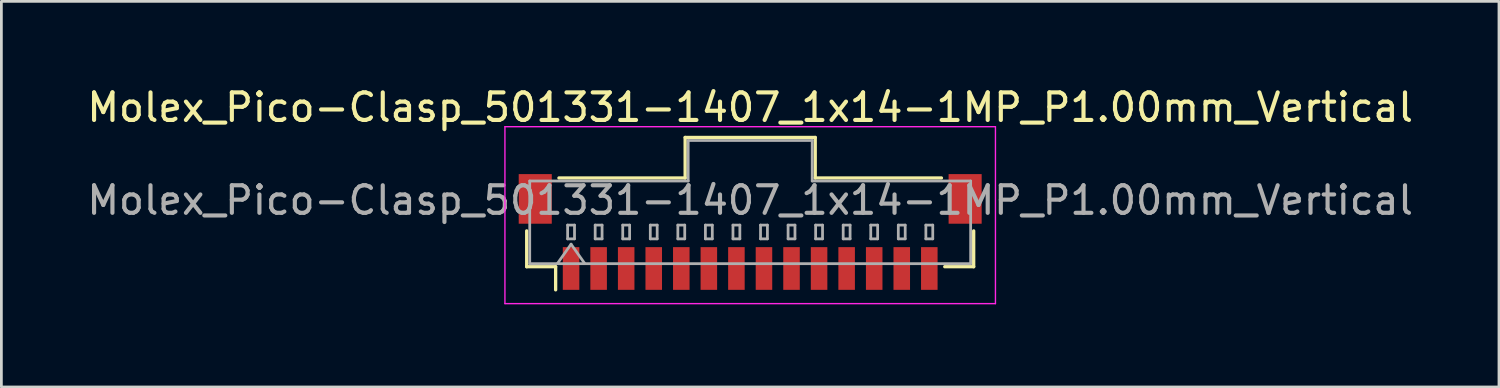
<source format=kicad_pcb>
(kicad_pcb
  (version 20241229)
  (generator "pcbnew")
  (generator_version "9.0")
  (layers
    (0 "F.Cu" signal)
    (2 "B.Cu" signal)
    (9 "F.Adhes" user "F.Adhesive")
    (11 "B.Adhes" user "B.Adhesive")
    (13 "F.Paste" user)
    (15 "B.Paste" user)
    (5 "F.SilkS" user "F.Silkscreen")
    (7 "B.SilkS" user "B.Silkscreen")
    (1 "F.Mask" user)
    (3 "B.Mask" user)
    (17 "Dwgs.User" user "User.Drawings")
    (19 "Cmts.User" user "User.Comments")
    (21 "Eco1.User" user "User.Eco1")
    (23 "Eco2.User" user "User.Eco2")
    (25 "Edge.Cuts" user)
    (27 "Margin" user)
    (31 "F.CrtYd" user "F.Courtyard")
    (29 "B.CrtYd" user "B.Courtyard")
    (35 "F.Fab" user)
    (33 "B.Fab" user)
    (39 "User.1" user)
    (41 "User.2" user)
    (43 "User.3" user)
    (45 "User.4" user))
  (footprint "Molex_Pico-Clasp_501331-1407_1x14-1MP_P1.00mm_Vertical"
    (layer "F.Cu")
    (at 24.173 5.368)
    (property "Reference" "Molex_Pico-Clasp_501331-1407_1x14-1MP_P1.00mm_Vertical" (at 0 -4.52 0) (layer "F.SilkS") (effects (font (size 1 1) (thickness 0.15))))
    (attr smd)
    (fp_line (start -8.11 -0.04) (end -8.11 1.26) (stroke (width 0.12) (type solid)) (layer "F.SilkS"))
    (fp_line (start -8.11 1.26) (end -7.06 1.26) (stroke (width 0.12) (type solid)) (layer "F.SilkS"))
    (fp_line (start -7.06 1.26) (end -7.06 2.1) (stroke (width 0.12) (type solid)) (layer "F.SilkS"))
    (fp_line (start -6.94 -1.96) (end -2.36 -1.96) (stroke (width 0.12) (type solid)) (layer "F.SilkS"))
    (fp_line (start -2.36 -3.43) (end 2.36 -3.43) (stroke (width 0.12) (type solid)) (layer "F.SilkS"))
    (fp_line (start -2.36 -1.96) (end -2.36 -3.43) (stroke (width 0.12) (type solid)) (layer "F.SilkS"))
    (fp_line (start 2.36 -3.43) (end 2.36 -1.96) (stroke (width 0.12) (type solid)) (layer "F.SilkS"))
    (fp_line (start 2.36 -1.96) (end 6.94 -1.96) (stroke (width 0.12) (type solid)) (layer "F.SilkS"))
    (fp_line (start 8.11 -0.04) (end 8.11 1.26) (stroke (width 0.12) (type solid)) (layer "F.SilkS"))
    (fp_line (start 8.11 1.26) (end 7.06 1.26) (stroke (width 0.12) (type solid)) (layer "F.SilkS"))
    (fp_line (start -8.9 -3.82) (end -8.9 2.6) (stroke (width 0.05) (type solid)) (layer "F.CrtYd"))
    (fp_line (start -8.9 2.6) (end 8.9 2.6) (stroke (width 0.05) (type solid)) (layer "F.CrtYd"))
    (fp_line (start 8.9 -3.82) (end -8.9 -3.82) (stroke (width 0.05) (type solid)) (layer "F.CrtYd"))
    (fp_line (start 8.9 2.6) (end 8.9 -3.82) (stroke (width 0.05) (type solid)) (layer "F.CrtYd"))
    (fp_line (start -8 -1.85) (end -2.25 -1.85) (stroke (width 0.1) (type solid)) (layer "F.Fab"))
    (fp_line (start -8 1.15) (end -8 -1.85) (stroke (width 0.1) (type solid)) (layer "F.Fab"))
    (fp_line (start -8 1.15) (end 8 1.15) (stroke (width 0.1) (type solid)) (layer "F.Fab"))
    (fp_line (start -7 1.15) (end -6.5 0.443) (stroke (width 0.1) (type solid)) (layer "F.Fab"))
    (fp_line (start -6.625 -0.25) (end -6.625 0.25) (stroke (width 0.1) (type solid)) (layer "F.Fab"))
    (fp_line (start -6.625 0.25) (end -6.375 0.25) (stroke (width 0.1) (type solid)) (layer "F.Fab"))
    (fp_line (start -6.5 0.443) (end -6 1.15) (stroke (width 0.1) (type solid)) (layer "F.Fab"))
    (fp_line (start -6.375 -0.25) (end -6.625 -0.25) (stroke (width 0.1) (type solid)) (layer "F.Fab"))
    (fp_line (start -6.375 0.25) (end -6.375 -0.25) (stroke (width 0.1) (type solid)) (layer "F.Fab"))
    (fp_line (start -5.625 -0.25) (end -5.625 0.25) (stroke (width 0.1) (type solid)) (layer "F.Fab"))
    (fp_line (start -5.625 0.25) (end -5.375 0.25) (stroke (width 0.1) (type solid)) (layer "F.Fab"))
    (fp_line (start -5.375 -0.25) (end -5.625 -0.25) (stroke (width 0.1) (type solid)) (layer "F.Fab"))
    (fp_line (start -5.375 0.25) (end -5.375 -0.25) (stroke (width 0.1) (type solid)) (layer "F.Fab"))
    (fp_line (start -4.625 -0.25) (end -4.625 0.25) (stroke (width 0.1) (type solid)) (layer "F.Fab"))
    (fp_line (start -4.625 0.25) (end -4.375 0.25) (stroke (width 0.1) (type solid)) (layer "F.Fab"))
    (fp_line (start -4.375 -0.25) (end -4.625 -0.25) (stroke (width 0.1) (type solid)) (layer "F.Fab"))
    (fp_line (start -4.375 0.25) (end -4.375 -0.25) (stroke (width 0.1) (type solid)) (layer "F.Fab"))
    (fp_line (start -3.625 -0.25) (end -3.625 0.25) (stroke (width 0.1) (type solid)) (layer "F.Fab"))
    (fp_line (start -3.625 0.25) (end -3.375 0.25) (stroke (width 0.1) (type solid)) (layer "F.Fab"))
    (fp_line (start -3.375 -0.25) (end -3.625 -0.25) (stroke (width 0.1) (type solid)) (layer "F.Fab"))
    (fp_line (start -3.375 0.25) (end -3.375 -0.25) (stroke (width 0.1) (type solid)) (layer "F.Fab"))
    (fp_line (start -2.625 -0.25) (end -2.625 0.25) (stroke (width 0.1) (type solid)) (layer "F.Fab"))
    (fp_line (start -2.625 0.25) (end -2.375 0.25) (stroke (width 0.1) (type solid)) (layer "F.Fab"))
    (fp_line (start -2.375 -0.25) (end -2.625 -0.25) (stroke (width 0.1) (type solid)) (layer "F.Fab"))
    (fp_line (start -2.375 0.25) (end -2.375 -0.25) (stroke (width 0.1) (type solid)) (layer "F.Fab"))
    (fp_line (start -2.25 -3.32) (end 2.25 -3.32) (stroke (width 0.1) (type solid)) (layer "F.Fab"))
    (fp_line (start -2.25 -1.85) (end -2.25 -3.32) (stroke (width 0.1) (type solid)) (layer "F.Fab"))
    (fp_line (start -1.625 -0.25) (end -1.625 0.25) (stroke (width 0.1) (type solid)) (layer "F.Fab"))
    (fp_line (start -1.625 0.25) (end -1.375 0.25) (stroke (width 0.1) (type solid)) (layer "F.Fab"))
    (fp_line (start -1.375 -0.25) (end -1.625 -0.25) (stroke (width 0.1) (type solid)) (layer "F.Fab"))
    (fp_line (start -1.375 0.25) (end -1.375 -0.25) (stroke (width 0.1) (type solid)) (layer "F.Fab"))
    (fp_line (start -0.625 -0.25) (end -0.625 0.25) (stroke (width 0.1) (type solid)) (layer "F.Fab"))
    (fp_line (start -0.625 0.25) (end -0.375 0.25) (stroke (width 0.1) (type solid)) (layer "F.Fab"))
    (fp_line (start -0.375 -0.25) (end -0.625 -0.25) (stroke (width 0.1) (type solid)) (layer "F.Fab"))
    (fp_line (start -0.375 0.25) (end -0.375 -0.25) (stroke (width 0.1) (type solid)) (layer "F.Fab"))
    (fp_line (start 0.375 -0.25) (end 0.375 0.25) (stroke (width 0.1) (type solid)) (layer "F.Fab"))
    (fp_line (start 0.375 0.25) (end 0.625 0.25) (stroke (width 0.1) (type solid)) (layer "F.Fab"))
    (fp_line (start 0.625 -0.25) (end 0.375 -0.25) (stroke (width 0.1) (type solid)) (layer "F.Fab"))
    (fp_line (start 0.625 0.25) (end 0.625 -0.25) (stroke (width 0.1) (type solid)) (layer "F.Fab"))
    (fp_line (start 1.375 -0.25) (end 1.375 0.25) (stroke (width 0.1) (type solid)) (layer "F.Fab"))
    (fp_line (start 1.375 0.25) (end 1.625 0.25) (stroke (width 0.1) (type solid)) (layer "F.Fab"))
    (fp_line (start 1.625 -0.25) (end 1.375 -0.25) (stroke (width 0.1) (type solid)) (layer "F.Fab"))
    (fp_line (start 1.625 0.25) (end 1.625 -0.25) (stroke (width 0.1) (type solid)) (layer "F.Fab"))
    (fp_line (start 2.25 -3.32) (end 2.25 -1.85) (stroke (width 0.1) (type solid)) (layer "F.Fab"))
    (fp_line (start 2.25 -1.85) (end 8 -1.85) (stroke (width 0.1) (type solid)) (layer "F.Fab"))
    (fp_line (start 2.375 -0.25) (end 2.375 0.25) (stroke (width 0.1) (type solid)) (layer "F.Fab"))
    (fp_line (start 2.375 0.25) (end 2.625 0.25) (stroke (width 0.1) (type solid)) (layer "F.Fab"))
    (fp_line (start 2.625 -0.25) (end 2.375 -0.25) (stroke (width 0.1) (type solid)) (layer "F.Fab"))
    (fp_line (start 2.625 0.25) (end 2.625 -0.25) (stroke (width 0.1) (type solid)) (layer "F.Fab"))
    (fp_line (start 3.375 -0.25) (end 3.375 0.25) (stroke (width 0.1) (type solid)) (layer "F.Fab"))
    (fp_line (start 3.375 0.25) (end 3.625 0.25) (stroke (width 0.1) (type solid)) (layer "F.Fab"))
    (fp_line (start 3.625 -0.25) (end 3.375 -0.25) (stroke (width 0.1) (type solid)) (layer "F.Fab"))
    (fp_line (start 3.625 0.25) (end 3.625 -0.25) (stroke (width 0.1) (type solid)) (layer "F.Fab"))
    (fp_line (start 4.375 -0.25) (end 4.375 0.25) (stroke (width 0.1) (type solid)) (layer "F.Fab"))
    (fp_line (start 4.375 0.25) (end 4.625 0.25) (stroke (width 0.1) (type solid)) (layer "F.Fab"))
    (fp_line (start 4.625 -0.25) (end 4.375 -0.25) (stroke (width 0.1) (type solid)) (layer "F.Fab"))
    (fp_line (start 4.625 0.25) (end 4.625 -0.25) (stroke (width 0.1) (type solid)) (layer "F.Fab"))
    (fp_line (start 5.375 -0.25) (end 5.375 0.25) (stroke (width 0.1) (type solid)) (layer "F.Fab"))
    (fp_line (start 5.375 0.25) (end 5.625 0.25) (stroke (width 0.1) (type solid)) (layer "F.Fab"))
    (fp_line (start 5.625 -0.25) (end 5.375 -0.25) (stroke (width 0.1) (type solid)) (layer "F.Fab"))
    (fp_line (start 5.625 0.25) (end 5.625 -0.25) (stroke (width 0.1) (type solid)) (layer "F.Fab"))
    (fp_line (start 6.375 -0.25) (end 6.375 0.25) (stroke (width 0.1) (type solid)) (layer "F.Fab"))
    (fp_line (start 6.375 0.25) (end 6.625 0.25) (stroke (width 0.1) (type solid)) (layer "F.Fab"))
    (fp_line (start 6.625 -0.25) (end 6.375 -0.25) (stroke (width 0.1) (type solid)) (layer "F.Fab"))
    (fp_line (start 6.625 0.25) (end 6.625 -0.25) (stroke (width 0.1) (type solid)) (layer "F.Fab"))
    (fp_line (start 8 1.15) (end 8 -1.85) (stroke (width 0.1) (type solid)) (layer "F.Fab"))
    (fp_text user "${REFERENCE}" (at 0 -1.15 0) (layer "F.Fab") (effects (font (size 1 1) (thickness 0.15))))
    (pad "1" smd rect (at -6.5 1.325) (size 0.6 1.55) (layers "F.Cu" "F.Mask" "F.Paste"))
    (pad "2" smd rect (at -5.5 1.325) (size 0.6 1.55) (layers "F.Cu" "F.Mask" "F.Paste"))
    (pad "3" smd rect (at -4.5 1.325) (size 0.6 1.55) (layers "F.Cu" "F.Mask" "F.Paste"))
    (pad "4" smd rect (at -3.5 1.325) (size 0.6 1.55) (layers "F.Cu" "F.Mask" "F.Paste"))
    (pad "5" smd rect (at -2.5 1.325) (size 0.6 1.55) (layers "F.Cu" "F.Mask" "F.Paste"))
    (pad "6" smd rect (at -1.5 1.325) (size 0.6 1.55) (layers "F.Cu" "F.Mask" "F.Paste"))
    (pad "7" smd rect (at -0.5 1.325) (size 0.6 1.55) (layers "F.Cu" "F.Mask" "F.Paste"))
    (pad "8" smd rect (at 0.5 1.325) (size 0.6 1.55) (layers "F.Cu" "F.Mask" "F.Paste"))
    (pad "9" smd rect (at 1.5 1.325) (size 0.6 1.55) (layers "F.Cu" "F.Mask" "F.Paste"))
    (pad "10" smd rect (at 2.5 1.325) (size 0.6 1.55) (layers "F.Cu" "F.Mask" "F.Paste"))
    (pad "11" smd rect (at 3.5 1.325) (size 0.6 1.55) (layers "F.Cu" "F.Mask" "F.Paste"))
    (pad "12" smd rect (at 4.5 1.325) (size 0.6 1.55) (layers "F.Cu" "F.Mask" "F.Paste"))
    (pad "13" smd rect (at 5.5 1.325) (size 0.6 1.55) (layers "F.Cu" "F.Mask" "F.Paste"))
    (pad "14" smd rect (at 6.5 1.325) (size 0.6 1.55) (layers "F.Cu" "F.Mask" "F.Paste"))
    (pad "MP" smd rect (at -7.8 -1.2) (size 1.2 1.8) (layers "F.Cu" "F.Mask" "F.Paste"))
    (pad "MP" smd rect (at 7.8 -1.2) (size 1.2 1.8) (layers "F.Cu" "F.Mask" "F.Paste")))
  (gr_rect
    (start -3 -3)
    (end 51.345 10.993)
    (stroke (width 0.1) (type default))
    (fill no)
    (layer "Edge.Cuts")))
</source>
